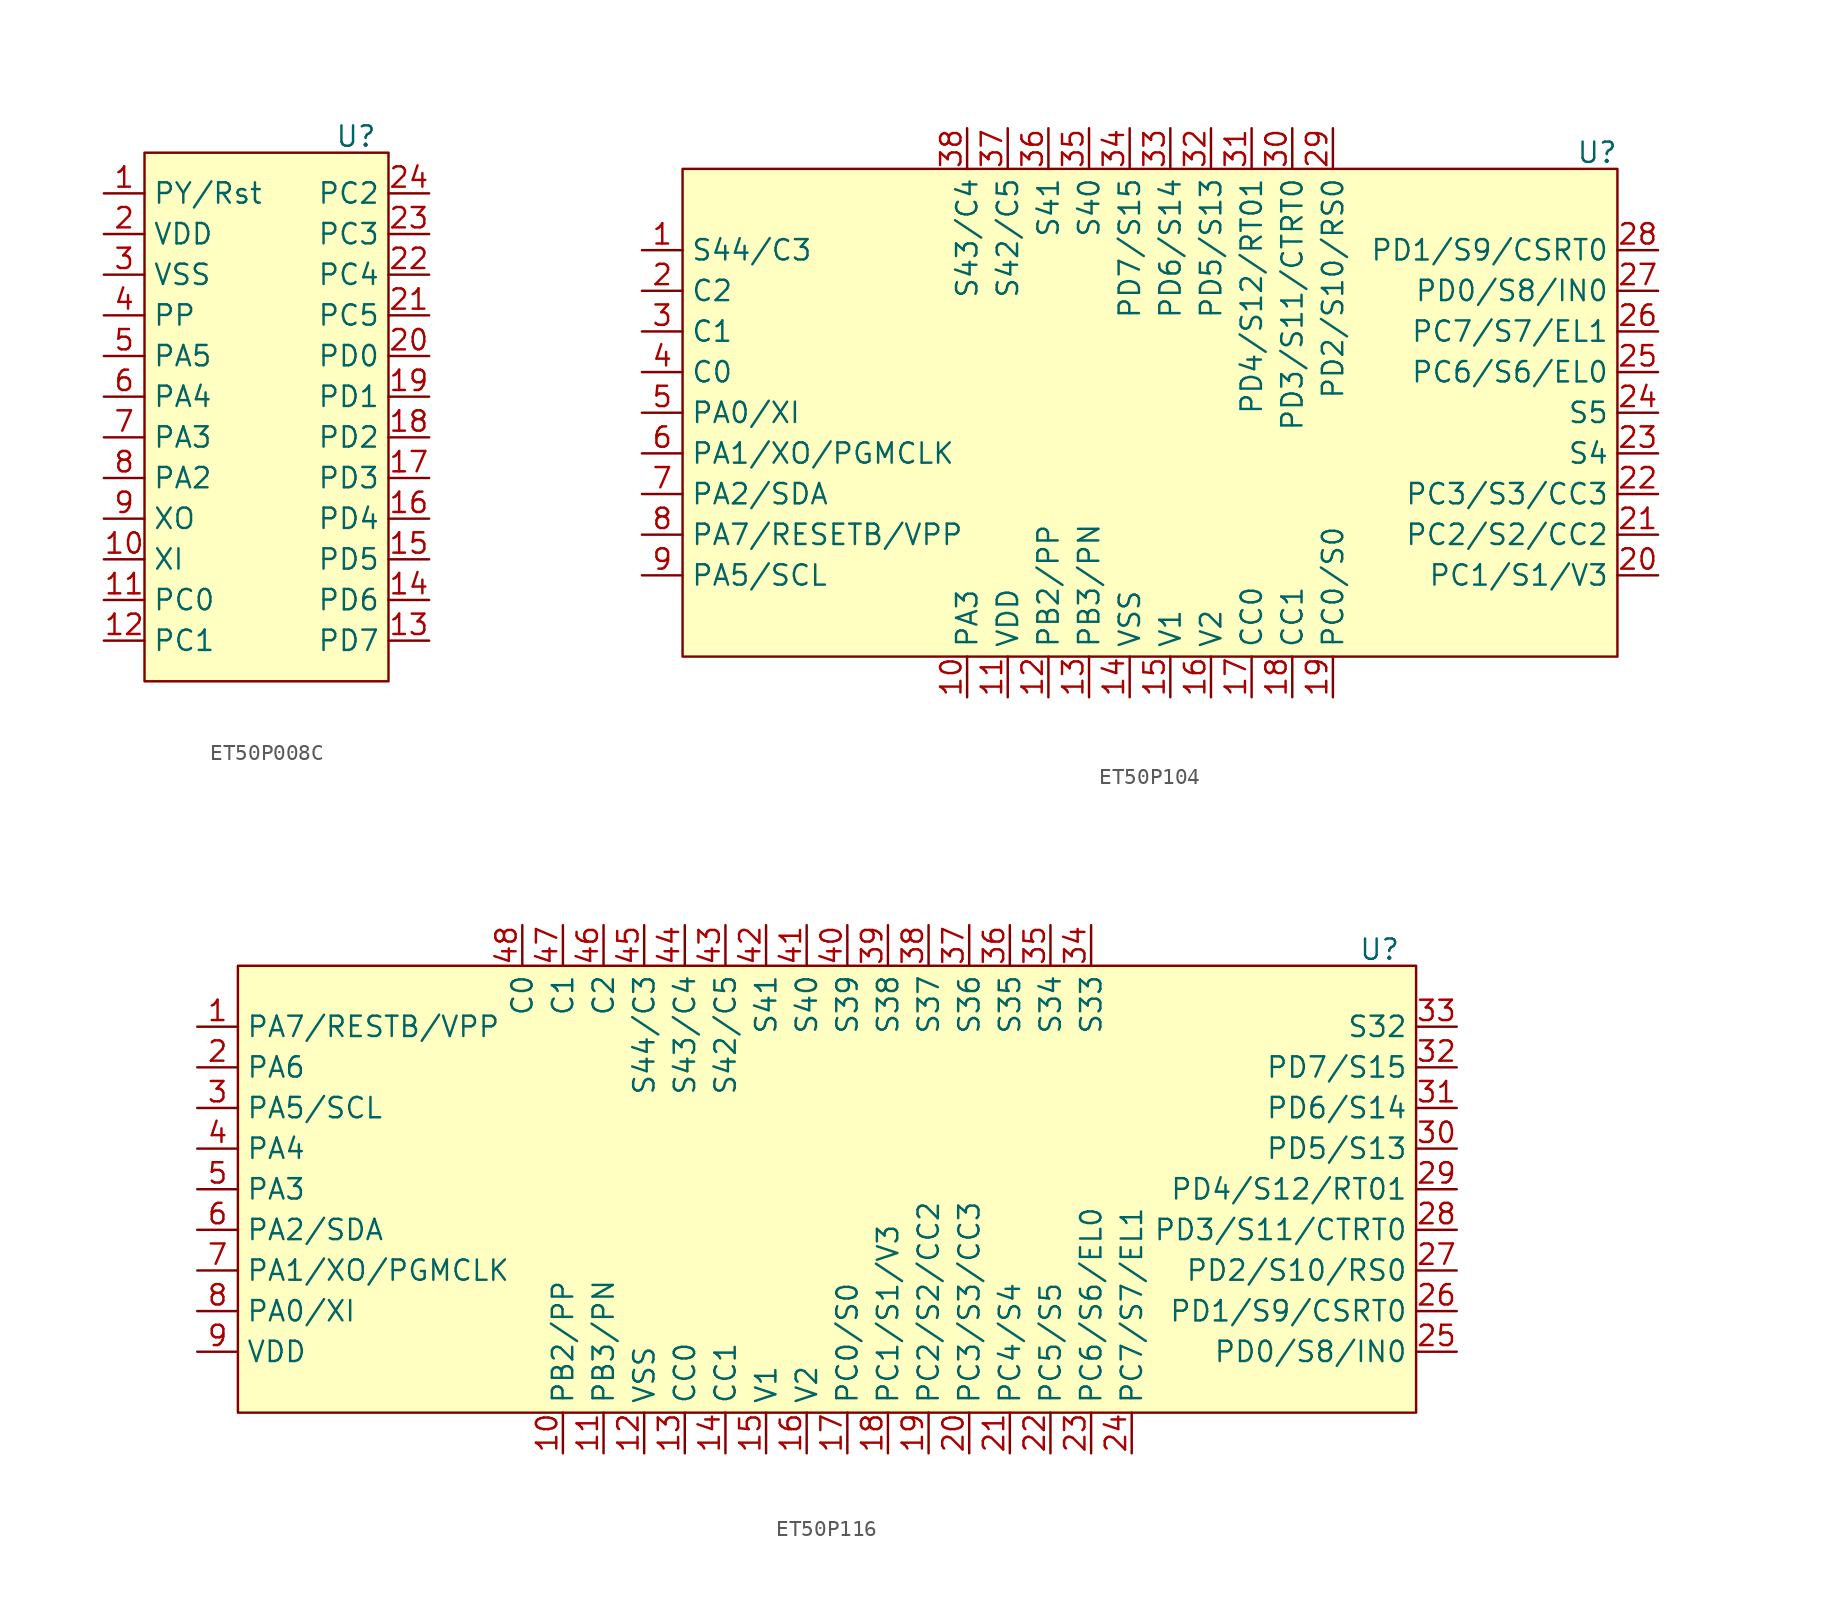
<source format=kicad_sym>
(kicad_symbol_lib
  (version 20231120)
  (generator "kicad_symbol_editor")
  (generator_version "8.0")
  (symbol "ET50P008C"
    (property "Reference" "U"
      (at 5.588 17.526 0)
      (effects (font (size 1.27 1.27))))
    (symbol "ET50P008C_1_1"
      (rectangle (start -7.62 16.51) (end 7.62 -16.51) (stroke (width 0) (type default)) (fill (type background)))
      (pin bidirectional line (at -10.16 13.97 0) (length 2.54) (name "PY/Rst" (effects (font (size 1.27 1.27)))) (number "1" (effects (font (size 1.27 1.27)))))
      (pin input line (at -10.16 -8.89 0) (length 2.54) (name "XI" (effects (font (size 1.27 1.27)))) (number "10" (effects (font (size 1.27 1.27)))))
      (pin bidirectional line (at -10.16 -11.43 0) (length 2.54) (name "PC0" (effects (font (size 1.27 1.27)))) (number "11" (effects (font (size 1.27 1.27)))))
      (pin bidirectional line (at -10.16 -13.97 0) (length 2.54) (name "PC1" (effects (font (size 1.27 1.27)))) (number "12" (effects (font (size 1.27 1.27)))))
      (pin bidirectional line (at 10.16 -13.97 180) (length 2.54) (name "PD7" (effects (font (size 1.27 1.27)))) (number "13" (effects (font (size 1.27 1.27)))))
      (pin bidirectional line (at 10.16 -11.43 180) (length 2.54) (name "PD6" (effects (font (size 1.27 1.27)))) (number "14" (effects (font (size 1.27 1.27)))))
      (pin bidirectional line (at 10.16 -8.89 180) (length 2.54) (name "PD5" (effects (font (size 1.27 1.27)))) (number "15" (effects (font (size 1.27 1.27)))))
      (pin bidirectional line (at 10.16 -6.35 180) (length 2.54) (name "PD4" (effects (font (size 1.27 1.27)))) (number "16" (effects (font (size 1.27 1.27)))))
      (pin bidirectional line (at 10.16 -3.81 180) (length 2.54) (name "PD3" (effects (font (size 1.27 1.27)))) (number "17" (effects (font (size 1.27 1.27)))))
      (pin bidirectional line (at 10.16 -1.27 180) (length 2.54) (name "PD2" (effects (font (size 1.27 1.27)))) (number "18" (effects (font (size 1.27 1.27)))))
      (pin bidirectional line (at 10.16 1.27 180) (length 2.54) (name "PD1" (effects (font (size 1.27 1.27)))) (number "19" (effects (font (size 1.27 1.27)))))
      (pin power_in line (at -10.16 11.43 0) (length 2.54) (name "VDD" (effects (font (size 1.27 1.27)))) (number "2" (effects (font (size 1.27 1.27)))))
      (pin bidirectional line (at 10.16 3.81 180) (length 2.54) (name "PD0" (effects (font (size 1.27 1.27)))) (number "20" (effects (font (size 1.27 1.27)))))
      (pin bidirectional line (at 10.16 6.35 180) (length 2.54) (name "PC5" (effects (font (size 1.27 1.27)))) (number "21" (effects (font (size 1.27 1.27)))))
      (pin bidirectional line (at 10.16 8.89 180) (length 2.54) (name "PC4" (effects (font (size 1.27 1.27)))) (number "22" (effects (font (size 1.27 1.27)))))
      (pin bidirectional line (at 10.16 11.43 180) (length 2.54) (name "PC3" (effects (font (size 1.27 1.27)))) (number "23" (effects (font (size 1.27 1.27)))))
      (pin bidirectional line (at 10.16 13.97 180) (length 2.54) (name "PC2" (effects (font (size 1.27 1.27)))) (number "24" (effects (font (size 1.27 1.27)))))
      (pin power_in line (at -10.16 8.89 0) (length 2.54) (name "VSS" (effects (font (size 1.27 1.27)))) (number "3" (effects (font (size 1.27 1.27)))))
      (pin output line (at -10.16 6.35 0) (length 2.54) (name "PP" (effects (font (size 1.27 1.27)))) (number "4" (effects (font (size 1.27 1.27)))))
      (pin bidirectional line (at -10.16 3.81 0) (length 2.54) (name "PA5" (effects (font (size 1.27 1.27)))) (number "5" (effects (font (size 1.27 1.27)))))
      (pin bidirectional line (at -10.16 1.27 0) (length 2.54) (name "PA4" (effects (font (size 1.27 1.27)))) (number "6" (effects (font (size 1.27 1.27)))))
      (pin bidirectional line (at -10.16 -1.27 0) (length 2.54) (name "PA3" (effects (font (size 1.27 1.27)))) (number "7" (effects (font (size 1.27 1.27)))))
      (pin bidirectional line (at -10.16 -3.81 0) (length 2.54) (name "PA2" (effects (font (size 1.27 1.27)))) (number "8" (effects (font (size 1.27 1.27)))))
      (pin input line (at -10.16 -6.35 0) (length 2.54) (name "XO" (effects (font (size 1.27 1.27)))) (number "9" (effects (font (size 1.27 1.27)))))))
  (symbol "ET50P104"
    (property "Reference" "U"
      (at 29.21 16.256 0)
      (effects (font (size 1.27 1.27))))
    (property "Value" ""
      (at 5.08 -8.89 0)
      (effects (font (size 1.27 1.27))))
    (symbol "ET50P104_1_1"
      (rectangle (start -27.94 15.24) (end 30.48 -15.24) (stroke (width 0) (type default)) (fill (type background)))
      (pin passive line (at -30.48 10.16 0) (length 2.54) (name "S44/C3" (effects (font (size 1.27 1.27)))) (number "1" (effects (font (size 1.27 1.27)))))
      (pin passive line (at -10.16 -17.78 90) (length 2.54) (name "PA3" (effects (font (size 1.27 1.27)))) (number "10" (effects (font (size 1.27 1.27)))))
      (pin passive line (at -7.62 -17.78 90) (length 2.54) (name "VDD" (effects (font (size 1.27 1.27)))) (number "11" (effects (font (size 1.27 1.27)))))
      (pin passive line (at -5.08 -17.78 90) (length 2.54) (name "PB2/PP" (effects (font (size 1.27 1.27)))) (number "12" (effects (font (size 1.27 1.27)))))
      (pin passive line (at -2.54 -17.78 90) (length 2.54) (name "PB3/PN" (effects (font (size 1.27 1.27)))) (number "13" (effects (font (size 1.27 1.27)))))
      (pin passive line (at 0 -17.78 90) (length 2.54) (name "VSS" (effects (font (size 1.27 1.27)))) (number "14" (effects (font (size 1.27 1.27)))))
      (pin passive line (at 2.54 -17.78 90) (length 2.54) (name "V1" (effects (font (size 1.27 1.27)))) (number "15" (effects (font (size 1.27 1.27)))))
      (pin passive line (at 5.08 -17.78 90) (length 2.54) (name "V2" (effects (font (size 1.27 1.27)))) (number "16" (effects (font (size 1.27 1.27)))))
      (pin passive line (at 7.62 -17.78 90) (length 2.54) (name "CC0" (effects (font (size 1.27 1.27)))) (number "17" (effects (font (size 1.27 1.27)))))
      (pin passive line (at 10.16 -17.78 90) (length 2.54) (name "CC1" (effects (font (size 1.27 1.27)))) (number "18" (effects (font (size 1.27 1.27)))))
      (pin passive line (at 12.7 -17.78 90) (length 2.54) (name "PC0/S0" (effects (font (size 1.27 1.27)))) (number "19" (effects (font (size 1.27 1.27)))))
      (pin passive line (at -30.48 7.62 0) (length 2.54) (name "C2" (effects (font (size 1.27 1.27)))) (number "2" (effects (font (size 1.27 1.27)))))
      (pin passive line (at 33.02 -10.16 180) (length 2.54) (name "PC1/S1/V3" (effects (font (size 1.27 1.27)))) (number "20" (effects (font (size 1.27 1.27)))))
      (pin passive line (at 33.02 -7.62 180) (length 2.54) (name "PC2/S2/CC2" (effects (font (size 1.27 1.27)))) (number "21" (effects (font (size 1.27 1.27)))))
      (pin passive line (at 33.02 -5.08 180) (length 2.54) (name "PC3/S3/CC3" (effects (font (size 1.27 1.27)))) (number "22" (effects (font (size 1.27 1.27)))))
      (pin passive line (at 33.02 -2.54 180) (length 2.54) (name "S4" (effects (font (size 1.27 1.27)))) (number "23" (effects (font (size 1.27 1.27)))))
      (pin passive line (at 33.02 0 180) (length 2.54) (name "S5" (effects (font (size 1.27 1.27)))) (number "24" (effects (font (size 1.27 1.27)))))
      (pin passive line (at 33.02 2.54 180) (length 2.54) (name "PC6/S6/EL0" (effects (font (size 1.27 1.27)))) (number "25" (effects (font (size 1.27 1.27)))))
      (pin passive line (at 33.02 5.08 180) (length 2.54) (name "PC7/S7/EL1" (effects (font (size 1.27 1.27)))) (number "26" (effects (font (size 1.27 1.27)))))
      (pin passive line (at 33.02 7.62 180) (length 2.54) (name "PD0/S8/IN0" (effects (font (size 1.27 1.27)))) (number "27" (effects (font (size 1.27 1.27)))))
      (pin passive line (at 33.02 10.16 180) (length 2.54) (name "PD1/S9/CSRT0" (effects (font (size 1.27 1.27)))) (number "28" (effects (font (size 1.27 1.27)))))
      (pin passive line (at 12.7 17.78 270) (length 2.54) (name "PD2/S10/RS0" (effects (font (size 1.27 1.27)))) (number "29" (effects (font (size 1.27 1.27)))))
      (pin passive line (at -30.48 5.08 0) (length 2.54) (name "C1" (effects (font (size 1.27 1.27)))) (number "3" (effects (font (size 1.27 1.27)))))
      (pin passive line (at 10.16 17.78 270) (length 2.54) (name "PD3/S11/CTRT0" (effects (font (size 1.27 1.27)))) (number "30" (effects (font (size 1.27 1.27)))))
      (pin passive line (at 7.62 17.78 270) (length 2.54) (name "PD4/S12/RT01" (effects (font (size 1.27 1.27)))) (number "31" (effects (font (size 1.27 1.27)))))
      (pin passive line (at 5.08 17.78 270) (length 2.54) (name "PD5/S13" (effects (font (size 1.27 1.27)))) (number "32" (effects (font (size 1.27 1.27)))))
      (pin passive line (at 2.54 17.78 270) (length 2.54) (name "PD6/S14" (effects (font (size 1.27 1.27)))) (number "33" (effects (font (size 1.27 1.27)))))
      (pin passive line (at 0 17.78 270) (length 2.54) (name "PD7/S15" (effects (font (size 1.27 1.27)))) (number "34" (effects (font (size 1.27 1.27)))))
      (pin passive line (at -2.54 17.78 270) (length 2.54) (name "S40" (effects (font (size 1.27 1.27)))) (number "35" (effects (font (size 1.27 1.27)))))
      (pin passive line (at -5.08 17.78 270) (length 2.54) (name "S41" (effects (font (size 1.27 1.27)))) (number "36" (effects (font (size 1.27 1.27)))))
      (pin passive line (at -7.62 17.78 270) (length 2.54) (name "S42/C5" (effects (font (size 1.27 1.27)))) (number "37" (effects (font (size 1.27 1.27)))))
      (pin passive line (at -10.16 17.78 270) (length 2.54) (name "S43/C4" (effects (font (size 1.27 1.27)))) (number "38" (effects (font (size 1.27 1.27)))))
      (pin passive line (at -30.48 2.54 0) (length 2.54) (name "C0" (effects (font (size 1.27 1.27)))) (number "4" (effects (font (size 1.27 1.27)))))
      (pin passive line (at -30.48 0 0) (length 2.54) (name "PA0/XI" (effects (font (size 1.27 1.27)))) (number "5" (effects (font (size 1.27 1.27)))))
      (pin passive line (at -30.48 -2.54 0) (length 2.54) (name "PA1/XO/PGMCLK" (effects (font (size 1.27 1.27)))) (number "6" (effects (font (size 1.27 1.27)))))
      (pin passive line (at -30.48 -5.08 0) (length 2.54) (name "PA2/SDA" (effects (font (size 1.27 1.27)))) (number "7" (effects (font (size 1.27 1.27)))))
      (pin passive line (at -30.48 -7.62 0) (length 2.54) (name "PA7/RESETB/VPP" (effects (font (size 1.27 1.27)))) (number "8" (effects (font (size 1.27 1.27)))))
      (pin passive line (at -30.48 -10.16 0) (length 2.54) (name "PA5/SCL" (effects (font (size 1.27 1.27)))) (number "9" (effects (font (size 1.27 1.27)))))))
  (symbol "ET50P116"
    (property "Reference" "U"
      (at 34.544 14.986 0)
      (effects (font (size 1.27 1.27))))
    (property "Value" ""
      (at 0 0 0)
      (effects (font (size 1.27 1.27))))
    (symbol "ET50P116_1_1"
      (rectangle (start -36.83 13.97) (end 36.83 -13.97) (stroke (width 0) (type default)) (fill (type background)))
      (pin passive line (at -39.37 10.16 0) (length 2.54) (name "PA7/RESTB/VPP" (effects (font (size 1.27 1.27)))) (number "1" (effects (font (size 1.27 1.27)))))
      (pin passive line (at -16.51 -16.51 90) (length 2.54) (name "PB2/PP" (effects (font (size 1.27 1.27)))) (number "10" (effects (font (size 1.27 1.27)))))
      (pin passive line (at -13.97 -16.51 90) (length 2.54) (name "PB3/PN" (effects (font (size 1.27 1.27)))) (number "11" (effects (font (size 1.27 1.27)))))
      (pin passive line (at -11.43 -16.51 90) (length 2.54) (name "VSS" (effects (font (size 1.27 1.27)))) (number "12" (effects (font (size 1.27 1.27)))))
      (pin passive line (at -8.89 -16.51 90) (length 2.54) (name "CC0" (effects (font (size 1.27 1.27)))) (number "13" (effects (font (size 1.27 1.27)))))
      (pin passive line (at -6.35 -16.51 90) (length 2.54) (name "CC1" (effects (font (size 1.27 1.27)))) (number "14" (effects (font (size 1.27 1.27)))))
      (pin passive line (at -3.81 -16.51 90) (length 2.54) (name "V1" (effects (font (size 1.27 1.27)))) (number "15" (effects (font (size 1.27 1.27)))))
      (pin passive line (at -1.27 -16.51 90) (length 2.54) (name "V2" (effects (font (size 1.27 1.27)))) (number "16" (effects (font (size 1.27 1.27)))))
      (pin passive line (at 1.27 -16.51 90) (length 2.54) (name "PC0/S0" (effects (font (size 1.27 1.27)))) (number "17" (effects (font (size 1.27 1.27)))))
      (pin passive line (at 3.81 -16.51 90) (length 2.54) (name "PC1/S1/V3" (effects (font (size 1.27 1.27)))) (number "18" (effects (font (size 1.27 1.27)))))
      (pin passive line (at 6.35 -16.51 90) (length 2.54) (name "PC2/S2/CC2" (effects (font (size 1.27 1.27)))) (number "19" (effects (font (size 1.27 1.27)))))
      (pin passive line (at -39.37 7.62 0) (length 2.54) (name "PA6" (effects (font (size 1.27 1.27)))) (number "2" (effects (font (size 1.27 1.27)))))
      (pin passive line (at 8.89 -16.51 90) (length 2.54) (name "PC3/S3/CC3" (effects (font (size 1.27 1.27)))) (number "20" (effects (font (size 1.27 1.27)))))
      (pin passive line (at 11.43 -16.51 90) (length 2.54) (name "PC4/S4" (effects (font (size 1.27 1.27)))) (number "21" (effects (font (size 1.27 1.27)))))
      (pin passive line (at 13.97 -16.51 90) (length 2.54) (name "PC5/S5" (effects (font (size 1.27 1.27)))) (number "22" (effects (font (size 1.27 1.27)))))
      (pin passive line (at 16.51 -16.51 90) (length 2.54) (name "PC6/S6/EL0" (effects (font (size 1.27 1.27)))) (number "23" (effects (font (size 1.27 1.27)))))
      (pin passive line (at 19.05 -16.51 90) (length 2.54) (name "PC7/S7/EL1" (effects (font (size 1.27 1.27)))) (number "24" (effects (font (size 1.27 1.27)))))
      (pin passive line (at 39.37 -10.16 180) (length 2.54) (name "PD0/S8/IN0" (effects (font (size 1.27 1.27)))) (number "25" (effects (font (size 1.27 1.27)))))
      (pin passive line (at 39.37 -7.62 180) (length 2.54) (name "PD1/S9/CSRT0" (effects (font (size 1.27 1.27)))) (number "26" (effects (font (size 1.27 1.27)))))
      (pin passive line (at 39.37 -5.08 180) (length 2.54) (name "PD2/S10/RS0" (effects (font (size 1.27 1.27)))) (number "27" (effects (font (size 1.27 1.27)))))
      (pin passive line (at 39.37 -2.54 180) (length 2.54) (name "PD3/S11/CTRT0" (effects (font (size 1.27 1.27)))) (number "28" (effects (font (size 1.27 1.27)))))
      (pin passive line (at 39.37 0 180) (length 2.54) (name "PD4/S12/RT01" (effects (font (size 1.27 1.27)))) (number "29" (effects (font (size 1.27 1.27)))))
      (pin passive line (at -39.37 5.08 0) (length 2.54) (name "PA5/SCL" (effects (font (size 1.27 1.27)))) (number "3" (effects (font (size 1.27 1.27)))))
      (pin passive line (at 39.37 2.54 180) (length 2.54) (name "PD5/S13" (effects (font (size 1.27 1.27)))) (number "30" (effects (font (size 1.27 1.27)))))
      (pin passive line (at 39.37 5.08 180) (length 2.54) (name "PD6/S14" (effects (font (size 1.27 1.27)))) (number "31" (effects (font (size 1.27 1.27)))))
      (pin passive line (at 39.37 7.62 180) (length 2.54) (name "PD7/S15" (effects (font (size 1.27 1.27)))) (number "32" (effects (font (size 1.27 1.27)))))
      (pin passive line (at 39.37 10.16 180) (length 2.54) (name "S32" (effects (font (size 1.27 1.27)))) (number "33" (effects (font (size 1.27 1.27)))))
      (pin passive line (at 16.51 16.51 270) (length 2.54) (name "S33" (effects (font (size 1.27 1.27)))) (number "34" (effects (font (size 1.27 1.27)))))
      (pin passive line (at 13.97 16.51 270) (length 2.54) (name "S34" (effects (font (size 1.27 1.27)))) (number "35" (effects (font (size 1.27 1.27)))))
      (pin passive line (at 11.43 16.51 270) (length 2.54) (name "S35" (effects (font (size 1.27 1.27)))) (number "36" (effects (font (size 1.27 1.27)))))
      (pin passive line (at 8.89 16.51 270) (length 2.54) (name "S36" (effects (font (size 1.27 1.27)))) (number "37" (effects (font (size 1.27 1.27)))))
      (pin passive line (at 6.35 16.51 270) (length 2.54) (name "S37" (effects (font (size 1.27 1.27)))) (number "38" (effects (font (size 1.27 1.27)))))
      (pin input line (at 3.81 16.51 270) (length 2.54) (name "S38" (effects (font (size 1.27 1.27)))) (number "39" (effects (font (size 1.27 1.27)))))
      (pin passive line (at -39.37 2.54 0) (length 2.54) (name "PA4" (effects (font (size 1.27 1.27)))) (number "4" (effects (font (size 1.27 1.27)))))
      (pin input line (at 1.27 16.51 270) (length 2.54) (name "S39" (effects (font (size 1.27 1.27)))) (number "40" (effects (font (size 1.27 1.27)))))
      (pin input line (at -1.27 16.51 270) (length 2.54) (name "S40" (effects (font (size 1.27 1.27)))) (number "41" (effects (font (size 1.27 1.27)))))
      (pin input line (at -3.81 16.51 270) (length 2.54) (name "S41" (effects (font (size 1.27 1.27)))) (number "42" (effects (font (size 1.27 1.27)))))
      (pin input line (at -6.35 16.51 270) (length 2.54) (name "S42/C5" (effects (font (size 1.27 1.27)))) (number "43" (effects (font (size 1.27 1.27)))))
      (pin input line (at -8.89 16.51 270) (length 2.54) (name "S43/C4" (effects (font (size 1.27 1.27)))) (number "44" (effects (font (size 1.27 1.27)))))
      (pin input line (at -11.43 16.51 270) (length 2.54) (name "S44/C3" (effects (font (size 1.27 1.27)))) (number "45" (effects (font (size 1.27 1.27)))))
      (pin input line (at -13.97 16.51 270) (length 2.54) (name "C2" (effects (font (size 1.27 1.27)))) (number "46" (effects (font (size 1.27 1.27)))))
      (pin input line (at -16.51 16.51 270) (length 2.54) (name "C1" (effects (font (size 1.27 1.27)))) (number "47" (effects (font (size 1.27 1.27)))))
      (pin input line (at -19.05 16.51 270) (length 2.54) (name "C0" (effects (font (size 1.27 1.27)))) (number "48" (effects (font (size 1.27 1.27)))))
      (pin passive line (at -39.37 0 0) (length 2.54) (name "PA3" (effects (font (size 1.27 1.27)))) (number "5" (effects (font (size 1.27 1.27)))))
      (pin passive line (at -39.37 -2.54 0) (length 2.54) (name "PA2/SDA" (effects (font (size 1.27 1.27)))) (number "6" (effects (font (size 1.27 1.27)))))
      (pin passive line (at -39.37 -5.08 0) (length 2.54) (name "PA1/XO/PGMCLK" (effects (font (size 1.27 1.27)))) (number "7" (effects (font (size 1.27 1.27)))))
      (pin passive line (at -39.37 -7.62 0) (length 2.54) (name "PA0/XI" (effects (font (size 1.27 1.27)))) (number "8" (effects (font (size 1.27 1.27)))))
      (pin passive line (at -39.37 -10.16 0) (length 2.54) (name "VDD" (effects (font (size 1.27 1.27)))) (number "9" (effects (font (size 1.27 1.27))))))))
</source>
